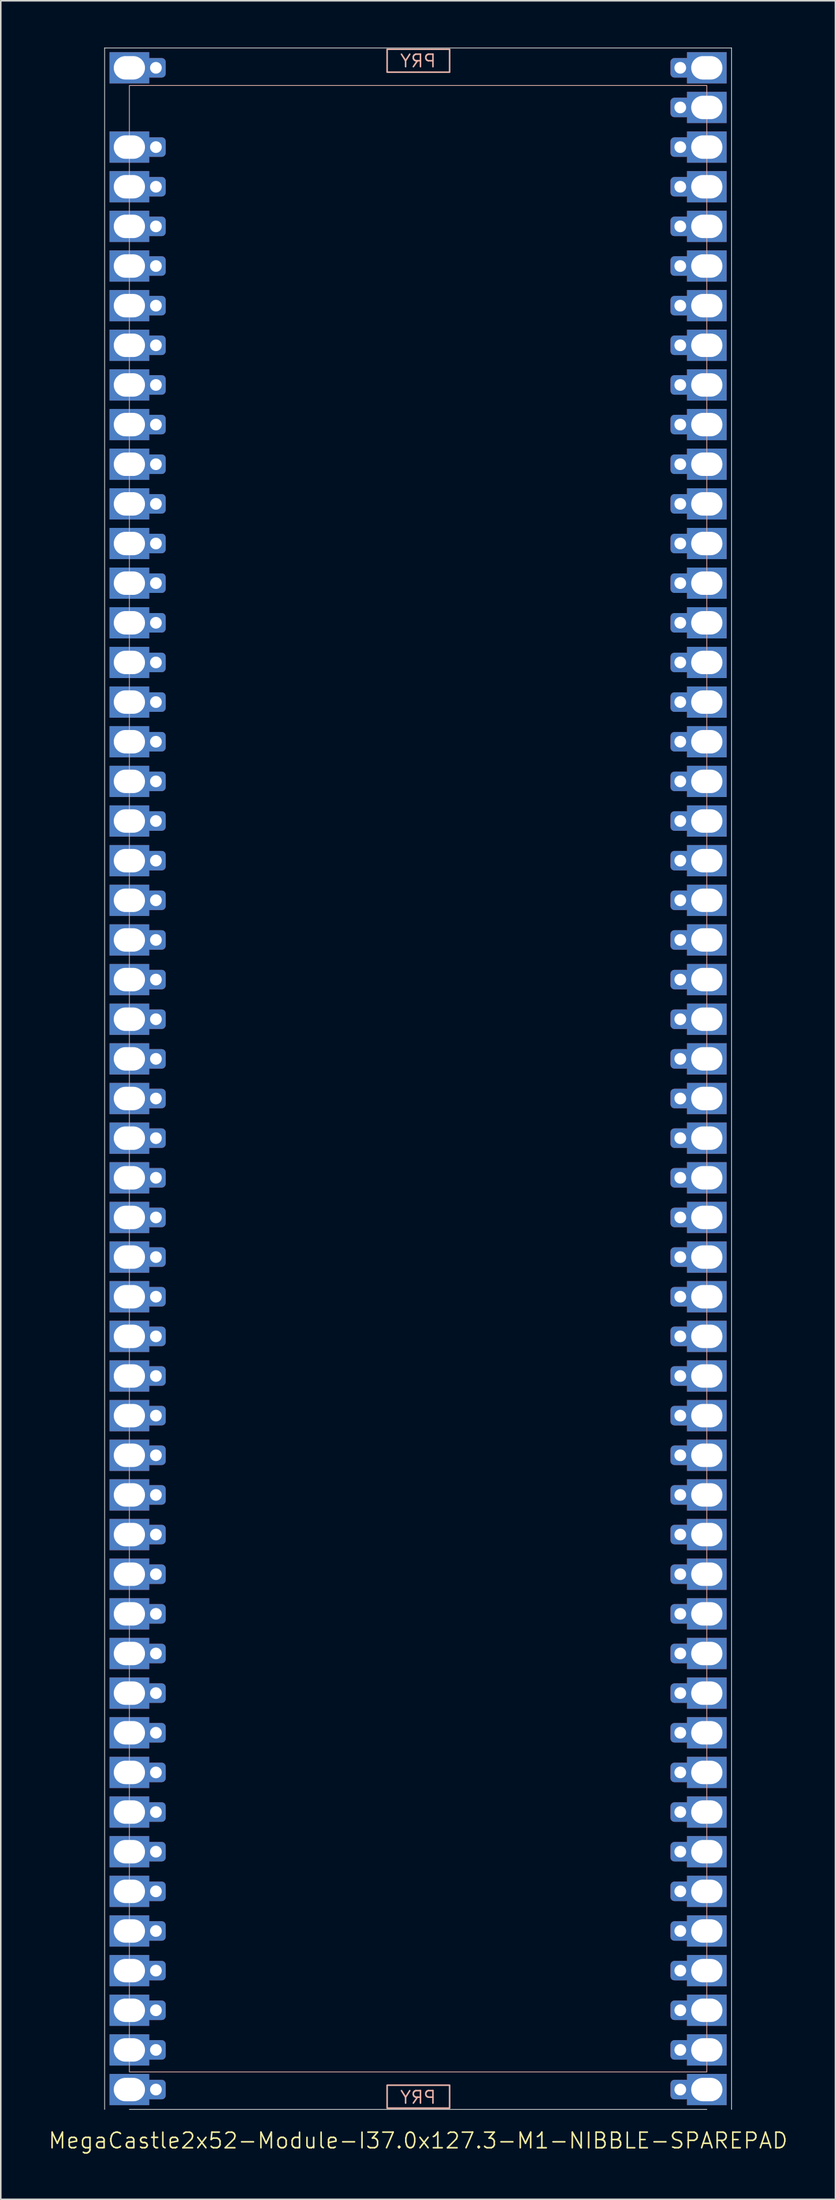
<source format=kicad_pcb>
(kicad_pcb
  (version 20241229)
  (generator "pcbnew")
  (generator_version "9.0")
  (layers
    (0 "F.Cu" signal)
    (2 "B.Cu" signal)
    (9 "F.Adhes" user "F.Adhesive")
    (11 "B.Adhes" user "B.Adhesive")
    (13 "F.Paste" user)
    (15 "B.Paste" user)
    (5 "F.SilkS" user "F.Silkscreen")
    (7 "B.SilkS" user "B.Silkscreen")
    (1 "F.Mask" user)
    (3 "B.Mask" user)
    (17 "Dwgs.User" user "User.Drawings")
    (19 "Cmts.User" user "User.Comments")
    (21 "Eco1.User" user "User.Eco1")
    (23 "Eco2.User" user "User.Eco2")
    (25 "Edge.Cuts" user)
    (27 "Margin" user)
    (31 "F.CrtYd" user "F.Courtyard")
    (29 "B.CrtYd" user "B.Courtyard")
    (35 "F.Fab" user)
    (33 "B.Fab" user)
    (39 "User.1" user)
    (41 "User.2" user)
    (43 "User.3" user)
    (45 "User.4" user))
  (footprint "MegaCastle2x52-Module-I37.0x127.3-M1-NIBBLE-SPAREPAD"
    (layer "F.Cu")
    (at 23.74 66.065)
    (property "Reference" "MegaCastle2x52-Module-I37.0x127.3-M1-NIBBLE-SPAREPAD" (at 0 68.04 0) (unlocked yes) (layer "F.SilkS") (effects (font (size 1 1) (thickness 0.1))))
    (attr smd)
    (fp_rect (start -18.5 63.64) (end 18.5 -63.64) (stroke (width 0.05) (type default)) (fill no) (layer "B.SilkS"))
    (fp_rect (start -1.984 -64.491) (end 2.02 -65.96) (stroke (width 0.1) (type default)) (fill no) (layer "B.SilkS"))
    (fp_rect (start -1.984 64.491) (end 2.02 65.96) (stroke (width 0.1) (type default)) (fill no) (layer "B.SilkS"))
    (fp_line (start -20.087 -66.04) (end -20.087 66.04) (stroke (width 0.05) (type default)) (layer "Edge.Cuts"))
    (fp_line (start -20.087 -66.04) (end 20.087 -66.04) (stroke (width 0.05) (type default)) (layer "Edge.Cuts"))
    (fp_line (start -18.5 66.04) (end 18.5 66.04) (stroke (width 0.05) (type default)) (layer "Edge.Cuts"))
    (fp_line (start 20.087 -66.04) (end 20.087 66.04) (stroke (width 0.05) (type default)) (layer "Edge.Cuts"))
    (fp_text user "PRY" (at 0 65.74 0) (unlocked yes) (layer "B.SilkS") (effects (font (size 0.8 0.8) (thickness 0.1)) (justify bottom mirror)))
    (fp_text user "PRY" (at 0 -64.74 0) (unlocked yes) (layer "B.SilkS") (effects (font (size 0.8 0.8) (thickness 0.1)) (justify bottom mirror)))
    (pad "1" thru_hole rect (at -18.5 -64.77) (size 2.54 2) (drill oval 2 1.5) (property pad_prop_castellated) (layers "*.Cu" "*.Mask"))
    (pad "1" thru_hole roundrect (at -16.8 -64.77 180) (size 1.25 1.25) (drill 0.75) (layers "*.Cu" "*.Mask") (roundrect_rratio 0.2))
    (pad "3" thru_hole rect (at -18.5 -59.69) (size 2.54 2) (drill oval 2 1.5) (property pad_prop_castellated) (layers "*.Cu" "*.Mask"))
    (pad "3" thru_hole roundrect (at -16.8 -59.69 180) (size 1.25 1.25) (drill 0.75) (layers "*.Cu" "*.Mask") (roundrect_rratio 0.2))
    (pad "4" thru_hole rect (at -18.5 -57.15) (size 2.54 2) (drill oval 2 1.5) (property pad_prop_castellated) (layers "*.Cu" "*.Mask"))
    (pad "4" thru_hole roundrect (at -16.8 -57.15 180) (size 1.25 1.25) (drill 0.75) (layers "*.Cu" "*.Mask") (roundrect_rratio 0.2))
    (pad "5" thru_hole rect (at -18.5 -54.61) (size 2.54 2) (drill oval 2 1.5) (property pad_prop_castellated) (layers "*.Cu" "*.Mask"))
    (pad "5" thru_hole roundrect (at -16.8 -54.61 180) (size 1.25 1.25) (drill 0.75) (layers "*.Cu" "*.Mask") (roundrect_rratio 0.2))
    (pad "6" thru_hole rect (at -18.5 -52.07) (size 2.54 2) (drill oval 2 1.5) (property pad_prop_castellated) (layers "*.Cu" "*.Mask"))
    (pad "6" thru_hole roundrect (at -16.8 -52.07 180) (size 1.25 1.25) (drill 0.75) (layers "*.Cu" "*.Mask") (roundrect_rratio 0.2))
    (pad "7" thru_hole rect (at -18.5 -49.53) (size 2.54 2) (drill oval 2 1.5) (property pad_prop_castellated) (layers "*.Cu" "*.Mask"))
    (pad "7" thru_hole roundrect (at -16.8 -49.53 180) (size 1.25 1.25) (drill 0.75) (layers "*.Cu" "*.Mask") (roundrect_rratio 0.2))
    (pad "8" thru_hole rect (at -18.5 -46.99) (size 2.54 2) (drill oval 2 1.5) (property pad_prop_castellated) (layers "*.Cu" "*.Mask"))
    (pad "8" thru_hole roundrect (at -16.8 -46.99 180) (size 1.25 1.25) (drill 0.75) (layers "*.Cu" "*.Mask") (roundrect_rratio 0.2))
    (pad "9" thru_hole rect (at -18.5 -44.45) (size 2.54 2) (drill oval 2 1.5) (property pad_prop_castellated) (layers "*.Cu" "*.Mask"))
    (pad "9" thru_hole roundrect (at -16.8 -44.45 180) (size 1.25 1.25) (drill 0.75) (layers "*.Cu" "*.Mask") (roundrect_rratio 0.2))
    (pad "10" thru_hole rect (at -18.5 -41.91) (size 2.54 2) (drill oval 2 1.5) (property pad_prop_castellated) (layers "*.Cu" "*.Mask"))
    (pad "10" thru_hole roundrect (at -16.8 -41.91 180) (size 1.25 1.25) (drill 0.75) (layers "*.Cu" "*.Mask") (roundrect_rratio 0.2))
    (pad "11" thru_hole rect (at -18.5 -39.37) (size 2.54 2) (drill oval 2 1.5) (property pad_prop_castellated) (layers "*.Cu" "*.Mask"))
    (pad "11" thru_hole roundrect (at -16.8 -39.37 180) (size 1.25 1.25) (drill 0.75) (layers "*.Cu" "*.Mask") (roundrect_rratio 0.2))
    (pad "12" thru_hole rect (at -18.5 -36.83) (size 2.54 2) (drill oval 2 1.5) (property pad_prop_castellated) (layers "*.Cu" "*.Mask"))
    (pad "12" thru_hole roundrect (at -16.8 -36.83 180) (size 1.25 1.25) (drill 0.75) (layers "*.Cu" "*.Mask") (roundrect_rratio 0.2))
    (pad "13" thru_hole rect (at -18.5 -34.29) (size 2.54 2) (drill oval 2 1.5) (property pad_prop_castellated) (layers "*.Cu" "*.Mask"))
    (pad "13" thru_hole roundrect (at -16.8 -34.29 180) (size 1.25 1.25) (drill 0.75) (layers "*.Cu" "*.Mask") (roundrect_rratio 0.2))
    (pad "14" thru_hole rect (at -18.5 -31.75) (size 2.54 2) (drill oval 2 1.5) (property pad_prop_castellated) (layers "*.Cu" "*.Mask"))
    (pad "14" thru_hole roundrect (at -16.8 -31.75 180) (size 1.25 1.25) (drill 0.75) (layers "*.Cu" "*.Mask") (roundrect_rratio 0.2))
    (pad "15" thru_hole rect (at -18.5 -29.21) (size 2.54 2) (drill oval 2 1.5) (property pad_prop_castellated) (layers "*.Cu" "*.Mask"))
    (pad "15" thru_hole roundrect (at -16.8 -29.21 180) (size 1.25 1.25) (drill 0.75) (layers "*.Cu" "*.Mask") (roundrect_rratio 0.2))
    (pad "16" thru_hole rect (at -18.5 -26.67) (size 2.54 2) (drill oval 2 1.5) (property pad_prop_castellated) (layers "*.Cu" "*.Mask"))
    (pad "16" thru_hole roundrect (at -16.8 -26.67 180) (size 1.25 1.25) (drill 0.75) (layers "*.Cu" "*.Mask") (roundrect_rratio 0.2))
    (pad "17" thru_hole rect (at -18.5 -24.13) (size 2.54 2) (drill oval 2 1.5) (property pad_prop_castellated) (layers "*.Cu" "*.Mask"))
    (pad "17" thru_hole roundrect (at -16.8 -24.13 180) (size 1.25 1.25) (drill 0.75) (layers "*.Cu" "*.Mask") (roundrect_rratio 0.2))
    (pad "18" thru_hole rect (at -18.5 -21.59) (size 2.54 2) (drill oval 2 1.5) (property pad_prop_castellated) (layers "*.Cu" "*.Mask"))
    (pad "18" thru_hole roundrect (at -16.8 -21.59 180) (size 1.25 1.25) (drill 0.75) (layers "*.Cu" "*.Mask") (roundrect_rratio 0.2))
    (pad "19" thru_hole rect (at -18.5 -19.05) (size 2.54 2) (drill oval 2 1.5) (property pad_prop_castellated) (layers "*.Cu" "*.Mask"))
    (pad "19" thru_hole roundrect (at -16.8 -19.05 180) (size 1.25 1.25) (drill 0.75) (layers "*.Cu" "*.Mask") (roundrect_rratio 0.2))
    (pad "20" thru_hole rect (at -18.5 -16.51) (size 2.54 2) (drill oval 2 1.5) (property pad_prop_castellated) (layers "*.Cu" "*.Mask"))
    (pad "20" thru_hole roundrect (at -16.8 -16.51 180) (size 1.25 1.25) (drill 0.75) (layers "*.Cu" "*.Mask") (roundrect_rratio 0.2))
    (pad "21" thru_hole rect (at -18.5 -13.97) (size 2.54 2) (drill oval 2 1.5) (property pad_prop_castellated) (layers "*.Cu" "*.Mask"))
    (pad "21" thru_hole roundrect (at -16.8 -13.97 180) (size 1.25 1.25) (drill 0.75) (layers "*.Cu" "*.Mask") (roundrect_rratio 0.2))
    (pad "22" thru_hole rect (at -18.5 -11.43) (size 2.54 2) (drill oval 2 1.5) (property pad_prop_castellated) (layers "*.Cu" "*.Mask"))
    (pad "22" thru_hole roundrect (at -16.8 -11.43 180) (size 1.25 1.25) (drill 0.75) (layers "*.Cu" "*.Mask") (roundrect_rratio 0.2))
    (pad "23" thru_hole rect (at -18.5 -8.89) (size 2.54 2) (drill oval 2 1.5) (property pad_prop_castellated) (layers "*.Cu" "*.Mask"))
    (pad "23" thru_hole roundrect (at -16.8 -8.89 180) (size 1.25 1.25) (drill 0.75) (layers "*.Cu" "*.Mask") (roundrect_rratio 0.2))
    (pad "24" thru_hole rect (at -18.5 -6.35) (size 2.54 2) (drill oval 2 1.5) (property pad_prop_castellated) (layers "*.Cu" "*.Mask"))
    (pad "24" thru_hole roundrect (at -16.8 -6.35 180) (size 1.25 1.25) (drill 0.75) (layers "*.Cu" "*.Mask") (roundrect_rratio 0.2))
    (pad "25" thru_hole rect (at -18.5 -3.81) (size 2.54 2) (drill oval 2 1.5) (property pad_prop_castellated) (layers "*.Cu" "*.Mask"))
    (pad "25" thru_hole roundrect (at -16.8 -3.81 180) (size 1.25 1.25) (drill 0.75) (layers "*.Cu" "*.Mask") (roundrect_rratio 0.2))
    (pad "26" thru_hole rect (at -18.5 -1.27) (size 2.54 2) (drill oval 2 1.5) (property pad_prop_castellated) (layers "*.Cu" "*.Mask"))
    (pad "26" thru_hole roundrect (at -16.8 -1.27 180) (size 1.25 1.25) (drill 0.75) (layers "*.Cu" "*.Mask") (roundrect_rratio 0.2))
    (pad "27" thru_hole rect (at -18.5 1.27) (size 2.54 2) (drill oval 2 1.5) (property pad_prop_castellated) (layers "*.Cu" "*.Mask"))
    (pad "27" thru_hole roundrect (at -16.8 1.27 180) (size 1.25 1.25) (drill 0.75) (layers "*.Cu" "*.Mask") (roundrect_rratio 0.2))
    (pad "28" thru_hole rect (at -18.5 3.81) (size 2.54 2) (drill oval 2 1.5) (property pad_prop_castellated) (layers "*.Cu" "*.Mask"))
    (pad "28" thru_hole roundrect (at -16.8 3.81 180) (size 1.25 1.25) (drill 0.75) (layers "*.Cu" "*.Mask") (roundrect_rratio 0.2))
    (pad "29" thru_hole rect (at -18.5 6.35) (size 2.54 2) (drill oval 2 1.5) (property pad_prop_castellated) (layers "*.Cu" "*.Mask"))
    (pad "29" thru_hole roundrect (at -16.8 6.35 180) (size 1.25 1.25) (drill 0.75) (layers "*.Cu" "*.Mask") (roundrect_rratio 0.2))
    (pad "30" thru_hole rect (at -18.5 8.89) (size 2.54 2) (drill oval 2 1.5) (property pad_prop_castellated) (layers "*.Cu" "*.Mask"))
    (pad "30" thru_hole roundrect (at -16.8 8.89 180) (size 1.25 1.25) (drill 0.75) (layers "*.Cu" "*.Mask") (roundrect_rratio 0.2))
    (pad "31" thru_hole rect (at -18.5 11.43) (size 2.54 2) (drill oval 2 1.5) (property pad_prop_castellated) (layers "*.Cu" "*.Mask"))
    (pad "31" thru_hole roundrect (at -16.8 11.43 180) (size 1.25 1.25) (drill 0.75) (layers "*.Cu" "*.Mask") (roundrect_rratio 0.2))
    (pad "32" thru_hole rect (at -18.5 13.97) (size 2.54 2) (drill oval 2 1.5) (property pad_prop_castellated) (layers "*.Cu" "*.Mask"))
    (pad "32" thru_hole roundrect (at -16.8 13.97 180) (size 1.25 1.25) (drill 0.75) (layers "*.Cu" "*.Mask") (roundrect_rratio 0.2))
    (pad "33" thru_hole rect (at -18.5 16.51) (size 2.54 2) (drill oval 2 1.5) (property pad_prop_castellated) (layers "*.Cu" "*.Mask"))
    (pad "33" thru_hole roundrect (at -16.8 16.51 180) (size 1.25 1.25) (drill 0.75) (layers "*.Cu" "*.Mask") (roundrect_rratio 0.2))
    (pad "34" thru_hole rect (at -18.5 19.05) (size 2.54 2) (drill oval 2 1.5) (property pad_prop_castellated) (layers "*.Cu" "*.Mask"))
    (pad "34" thru_hole roundrect (at -16.8 19.05 180) (size 1.25 1.25) (drill 0.75) (layers "*.Cu" "*.Mask") (roundrect_rratio 0.2))
    (pad "35" thru_hole rect (at -18.5 21.59) (size 2.54 2) (drill oval 2 1.5) (property pad_prop_castellated) (layers "*.Cu" "*.Mask"))
    (pad "35" thru_hole roundrect (at -16.8 21.59 180) (size 1.25 1.25) (drill 0.75) (layers "*.Cu" "*.Mask") (roundrect_rratio 0.2))
    (pad "36" thru_hole rect (at -18.5 24.13) (size 2.54 2) (drill oval 2 1.5) (property pad_prop_castellated) (layers "*.Cu" "*.Mask"))
    (pad "36" thru_hole roundrect (at -16.8 24.13 180) (size 1.25 1.25) (drill 0.75) (layers "*.Cu" "*.Mask") (roundrect_rratio 0.2))
    (pad "37" thru_hole rect (at -18.5 26.67) (size 2.54 2) (drill oval 2 1.5) (property pad_prop_castellated) (layers "*.Cu" "*.Mask"))
    (pad "37" thru_hole roundrect (at -16.8 26.67 180) (size 1.25 1.25) (drill 0.75) (layers "*.Cu" "*.Mask") (roundrect_rratio 0.2))
    (pad "38" thru_hole rect (at -18.5 29.21) (size 2.54 2) (drill oval 2 1.5) (property pad_prop_castellated) (layers "*.Cu" "*.Mask"))
    (pad "38" thru_hole roundrect (at -16.8 29.21 180) (size 1.25 1.25) (drill 0.75) (layers "*.Cu" "*.Mask") (roundrect_rratio 0.2))
    (pad "39" thru_hole rect (at -18.5 31.75) (size 2.54 2) (drill oval 2 1.5) (property pad_prop_castellated) (layers "*.Cu" "*.Mask"))
    (pad "39" thru_hole roundrect (at -16.8 31.75 180) (size 1.25 1.25) (drill 0.75) (layers "*.Cu" "*.Mask") (roundrect_rratio 0.2))
    (pad "40" thru_hole rect (at -18.5 34.29) (size 2.54 2) (drill oval 2 1.5) (property pad_prop_castellated) (layers "*.Cu" "*.Mask"))
    (pad "40" thru_hole roundrect (at -16.8 34.29 180) (size 1.25 1.25) (drill 0.75) (layers "*.Cu" "*.Mask") (roundrect_rratio 0.2))
    (pad "41" thru_hole rect (at -18.5 36.83) (size 2.54 2) (drill oval 2 1.5) (property pad_prop_castellated) (layers "*.Cu" "*.Mask"))
    (pad "41" thru_hole roundrect (at -16.8 36.83 180) (size 1.25 1.25) (drill 0.75) (layers "*.Cu" "*.Mask") (roundrect_rratio 0.2))
    (pad "42" thru_hole rect (at -18.5 39.37) (size 2.54 2) (drill oval 2 1.5) (property pad_prop_castellated) (layers "*.Cu" "*.Mask"))
    (pad "42" thru_hole roundrect (at -16.8 39.37 180) (size 1.25 1.25) (drill 0.75) (layers "*.Cu" "*.Mask") (roundrect_rratio 0.2))
    (pad "43" thru_hole rect (at -18.5 41.91) (size 2.54 2) (drill oval 2 1.5) (property pad_prop_castellated) (layers "*.Cu" "*.Mask"))
    (pad "43" thru_hole roundrect (at -16.8 41.91 180) (size 1.25 1.25) (drill 0.75) (layers "*.Cu" "*.Mask") (roundrect_rratio 0.2))
    (pad "44" thru_hole rect (at -18.5 44.45) (size 2.54 2) (drill oval 2 1.5) (property pad_prop_castellated) (layers "*.Cu" "*.Mask"))
    (pad "44" thru_hole roundrect (at -16.8 44.45 180) (size 1.25 1.25) (drill 0.75) (layers "*.Cu" "*.Mask") (roundrect_rratio 0.2))
    (pad "45" thru_hole rect (at -18.5 46.99) (size 2.54 2) (drill oval 2 1.5) (property pad_prop_castellated) (layers "*.Cu" "*.Mask"))
    (pad "45" thru_hole roundrect (at -16.8 46.99 180) (size 1.25 1.25) (drill 0.75) (layers "*.Cu" "*.Mask") (roundrect_rratio 0.2))
    (pad "46" thru_hole rect (at -18.5 49.53) (size 2.54 2) (drill oval 2 1.5) (property pad_prop_castellated) (layers "*.Cu" "*.Mask"))
    (pad "46" thru_hole roundrect (at -16.8 49.53 180) (size 1.25 1.25) (drill 0.75) (layers "*.Cu" "*.Mask") (roundrect_rratio 0.2))
    (pad "47" thru_hole rect (at -18.5 52.07) (size 2.54 2) (drill oval 2 1.5) (property pad_prop_castellated) (layers "*.Cu" "*.Mask"))
    (pad "47" thru_hole roundrect (at -16.8 52.07 180) (size 1.25 1.25) (drill 0.75) (layers "*.Cu" "*.Mask") (roundrect_rratio 0.2))
    (pad "48" thru_hole rect (at -18.5 54.61) (size 2.54 2) (drill oval 2 1.5) (property pad_prop_castellated) (layers "*.Cu" "*.Mask"))
    (pad "48" thru_hole roundrect (at -16.8 54.61 180) (size 1.25 1.25) (drill 0.75) (layers "*.Cu" "*.Mask") (roundrect_rratio 0.2))
    (pad "49" thru_hole rect (at -18.5 57.15) (size 2.54 2) (drill oval 2 1.5) (property pad_prop_castellated) (layers "*.Cu" "*.Mask"))
    (pad "49" thru_hole roundrect (at -16.8 57.15 180) (size 1.25 1.25) (drill 0.75) (layers "*.Cu" "*.Mask") (roundrect_rratio 0.2))
    (pad "50" thru_hole rect (at -18.5 59.69) (size 2.54 2) (drill oval 2 1.5) (property pad_prop_castellated) (layers "*.Cu" "*.Mask"))
    (pad "50" thru_hole roundrect (at -16.8 59.69 180) (size 1.25 1.25) (drill 0.75) (layers "*.Cu" "*.Mask") (roundrect_rratio 0.2))
    (pad "51" thru_hole rect (at -18.5 62.23) (size 2.54 2) (drill oval 2 1.5) (property pad_prop_castellated) (layers "*.Cu" "*.Mask"))
    (pad "51" thru_hole roundrect (at -16.8 62.23 180) (size 1.25 1.25) (drill 0.75) (layers "*.Cu" "*.Mask") (roundrect_rratio 0.2))
    (pad "52" thru_hole rect (at -18.5 64.77) (size 2.54 2) (drill oval 2 1.5) (property pad_prop_castellated) (layers "*.Cu" "*.Mask"))
    (pad "52" thru_hole roundrect (at -16.8 64.77 180) (size 1.25 1.25) (drill 0.75) (layers "*.Cu" "*.Mask") (roundrect_rratio 0.2))
    (pad "53" thru_hole roundrect (at 16.8 -64.77 180) (size 1.25 1.25) (drill 0.75) (layers "*.Cu" "*.Mask") (roundrect_rratio 0.2))
    (pad "53" thru_hole rect (at 18.5 -64.77) (size 2.54 2) (drill oval 2 1.5) (property pad_prop_castellated) (layers "*.Cu" "*.Mask"))
    (pad "54" thru_hole roundrect (at 16.8 -62.23 180) (size 1.25 1.25) (drill 0.75) (layers "*.Cu" "*.Mask") (roundrect_rratio 0.2))
    (pad "54" thru_hole rect (at 18.5 -62.23) (size 2.54 2) (drill oval 2 1.5) (property pad_prop_castellated) (layers "*.Cu" "*.Mask"))
    (pad "55" thru_hole roundrect (at 16.8 -59.69 180) (size 1.25 1.25) (drill 0.75) (layers "*.Cu" "*.Mask") (roundrect_rratio 0.2))
    (pad "55" thru_hole rect (at 18.5 -59.69) (size 2.54 2) (drill oval 2 1.5) (property pad_prop_castellated) (layers "*.Cu" "*.Mask"))
    (pad "56" thru_hole roundrect (at 16.8 -57.15 180) (size 1.25 1.25) (drill 0.75) (layers "*.Cu" "*.Mask") (roundrect_rratio 0.2))
    (pad "56" thru_hole rect (at 18.5 -57.15) (size 2.54 2) (drill oval 2 1.5) (property pad_prop_castellated) (layers "*.Cu" "*.Mask"))
    (pad "57" thru_hole roundrect (at 16.8 -54.61 180) (size 1.25 1.25) (drill 0.75) (layers "*.Cu" "*.Mask") (roundrect_rratio 0.2))
    (pad "57" thru_hole rect (at 18.5 -54.61) (size 2.54 2) (drill oval 2 1.5) (property pad_prop_castellated) (layers "*.Cu" "*.Mask"))
    (pad "58" thru_hole roundrect (at 16.8 -52.07 180) (size 1.25 1.25) (drill 0.75) (layers "*.Cu" "*.Mask") (roundrect_rratio 0.2))
    (pad "58" thru_hole rect (at 18.5 -52.07) (size 2.54 2) (drill oval 2 1.5) (property pad_prop_castellated) (layers "*.Cu" "*.Mask"))
    (pad "59" thru_hole roundrect (at 16.8 -49.53 180) (size 1.25 1.25) (drill 0.75) (layers "*.Cu" "*.Mask") (roundrect_rratio 0.2))
    (pad "59" thru_hole rect (at 18.5 -49.53) (size 2.54 2) (drill oval 2 1.5) (property pad_prop_castellated) (layers "*.Cu" "*.Mask"))
    (pad "60" thru_hole roundrect (at 16.8 -46.99 180) (size 1.25 1.25) (drill 0.75) (layers "*.Cu" "*.Mask") (roundrect_rratio 0.2))
    (pad "60" thru_hole rect (at 18.5 -46.99) (size 2.54 2) (drill oval 2 1.5) (property pad_prop_castellated) (layers "*.Cu" "*.Mask"))
    (pad "61" thru_hole roundrect (at 16.8 -44.45 180) (size 1.25 1.25) (drill 0.75) (layers "*.Cu" "*.Mask") (roundrect_rratio 0.2))
    (pad "61" thru_hole rect (at 18.5 -44.45) (size 2.54 2) (drill oval 2 1.5) (property pad_prop_castellated) (layers "*.Cu" "*.Mask"))
    (pad "62" thru_hole roundrect (at 16.8 -41.91 180) (size 1.25 1.25) (drill 0.75) (layers "*.Cu" "*.Mask") (roundrect_rratio 0.2))
    (pad "62" thru_hole rect (at 18.5 -41.91) (size 2.54 2) (drill oval 2 1.5) (property pad_prop_castellated) (layers "*.Cu" "*.Mask"))
    (pad "63" thru_hole roundrect (at 16.8 -39.37 180) (size 1.25 1.25) (drill 0.75) (layers "*.Cu" "*.Mask") (roundrect_rratio 0.2))
    (pad "63" thru_hole rect (at 18.5 -39.37) (size 2.54 2) (drill oval 2 1.5) (property pad_prop_castellated) (layers "*.Cu" "*.Mask"))
    (pad "64" thru_hole roundrect (at 16.8 -36.83 180) (size 1.25 1.25) (drill 0.75) (layers "*.Cu" "*.Mask") (roundrect_rratio 0.2))
    (pad "64" thru_hole rect (at 18.5 -36.83) (size 2.54 2) (drill oval 2 1.5) (property pad_prop_castellated) (layers "*.Cu" "*.Mask"))
    (pad "65" thru_hole roundrect (at 16.8 -34.29 180) (size 1.25 1.25) (drill 0.75) (layers "*.Cu" "*.Mask") (roundrect_rratio 0.2))
    (pad "65" thru_hole rect (at 18.5 -34.29) (size 2.54 2) (drill oval 2 1.5) (property pad_prop_castellated) (layers "*.Cu" "*.Mask"))
    (pad "66" thru_hole roundrect (at 16.8 -31.75 180) (size 1.25 1.25) (drill 0.75) (layers "*.Cu" "*.Mask") (roundrect_rratio 0.2))
    (pad "66" thru_hole rect (at 18.5 -31.75) (size 2.54 2) (drill oval 2 1.5) (property pad_prop_castellated) (layers "*.Cu" "*.Mask"))
    (pad "67" thru_hole roundrect (at 16.8 -29.21 180) (size 1.25 1.25) (drill 0.75) (layers "*.Cu" "*.Mask") (roundrect_rratio 0.2))
    (pad "67" thru_hole rect (at 18.5 -29.21) (size 2.54 2) (drill oval 2 1.5) (property pad_prop_castellated) (layers "*.Cu" "*.Mask"))
    (pad "68" thru_hole roundrect (at 16.8 -26.67 180) (size 1.25 1.25) (drill 0.75) (layers "*.Cu" "*.Mask") (roundrect_rratio 0.2))
    (pad "68" thru_hole rect (at 18.5 -26.67) (size 2.54 2) (drill oval 2 1.5) (property pad_prop_castellated) (layers "*.Cu" "*.Mask"))
    (pad "69" thru_hole roundrect (at 16.8 -24.13 180) (size 1.25 1.25) (drill 0.75) (layers "*.Cu" "*.Mask") (roundrect_rratio 0.2))
    (pad "69" thru_hole rect (at 18.5 -24.13) (size 2.54 2) (drill oval 2 1.5) (property pad_prop_castellated) (layers "*.Cu" "*.Mask"))
    (pad "70" thru_hole roundrect (at 16.8 -21.59 180) (size 1.25 1.25) (drill 0.75) (layers "*.Cu" "*.Mask") (roundrect_rratio 0.2))
    (pad "70" thru_hole rect (at 18.5 -21.59) (size 2.54 2) (drill oval 2 1.5) (property pad_prop_castellated) (layers "*.Cu" "*.Mask"))
    (pad "71" thru_hole roundrect (at 16.8 -19.05 180) (size 1.25 1.25) (drill 0.75) (layers "*.Cu" "*.Mask") (roundrect_rratio 0.2))
    (pad "71" thru_hole rect (at 18.5 -19.05) (size 2.54 2) (drill oval 2 1.5) (property pad_prop_castellated) (layers "*.Cu" "*.Mask"))
    (pad "72" thru_hole roundrect (at 16.8 -16.51 180) (size 1.25 1.25) (drill 0.75) (layers "*.Cu" "*.Mask") (roundrect_rratio 0.2))
    (pad "72" thru_hole rect (at 18.5 -16.51) (size 2.54 2) (drill oval 2 1.5) (property pad_prop_castellated) (layers "*.Cu" "*.Mask"))
    (pad "73" thru_hole roundrect (at 16.8 -13.97 180) (size 1.25 1.25) (drill 0.75) (layers "*.Cu" "*.Mask") (roundrect_rratio 0.2))
    (pad "73" thru_hole rect (at 18.5 -13.97) (size 2.54 2) (drill oval 2 1.5) (property pad_prop_castellated) (layers "*.Cu" "*.Mask"))
    (pad "74" thru_hole roundrect (at 16.8 -11.43 180) (size 1.25 1.25) (drill 0.75) (layers "*.Cu" "*.Mask") (roundrect_rratio 0.2))
    (pad "74" thru_hole rect (at 18.5 -11.43) (size 2.54 2) (drill oval 2 1.5) (property pad_prop_castellated) (layers "*.Cu" "*.Mask"))
    (pad "75" thru_hole roundrect (at 16.8 -8.89 180) (size 1.25 1.25) (drill 0.75) (layers "*.Cu" "*.Mask") (roundrect_rratio 0.2))
    (pad "75" thru_hole rect (at 18.5 -8.89) (size 2.54 2) (drill oval 2 1.5) (property pad_prop_castellated) (layers "*.Cu" "*.Mask"))
    (pad "76" thru_hole roundrect (at 16.8 -6.35 180) (size 1.25 1.25) (drill 0.75) (layers "*.Cu" "*.Mask") (roundrect_rratio 0.2))
    (pad "76" thru_hole rect (at 18.5 -6.35) (size 2.54 2) (drill oval 2 1.5) (property pad_prop_castellated) (layers "*.Cu" "*.Mask"))
    (pad "77" thru_hole roundrect (at 16.8 -3.81 180) (size 1.25 1.25) (drill 0.75) (layers "*.Cu" "*.Mask") (roundrect_rratio 0.2))
    (pad "77" thru_hole rect (at 18.5 -3.81) (size 2.54 2) (drill oval 2 1.5) (property pad_prop_castellated) (layers "*.Cu" "*.Mask"))
    (pad "78" thru_hole roundrect (at 16.8 -1.27 180) (size 1.25 1.25) (drill 0.75) (layers "*.Cu" "*.Mask") (roundrect_rratio 0.2))
    (pad "78" thru_hole rect (at 18.5 -1.27) (size 2.54 2) (drill oval 2 1.5) (property pad_prop_castellated) (layers "*.Cu" "*.Mask"))
    (pad "79" thru_hole roundrect (at 16.8 1.27 180) (size 1.25 1.25) (drill 0.75) (layers "*.Cu" "*.Mask") (roundrect_rratio 0.2))
    (pad "79" thru_hole rect (at 18.5 1.27) (size 2.54 2) (drill oval 2 1.5) (property pad_prop_castellated) (layers "*.Cu" "*.Mask"))
    (pad "80" thru_hole roundrect (at 16.8 3.81 180) (size 1.25 1.25) (drill 0.75) (layers "*.Cu" "*.Mask") (roundrect_rratio 0.2))
    (pad "80" thru_hole rect (at 18.5 3.81) (size 2.54 2) (drill oval 2 1.5) (property pad_prop_castellated) (layers "*.Cu" "*.Mask"))
    (pad "81" thru_hole roundrect (at 16.8 6.35 180) (size 1.25 1.25) (drill 0.75) (layers "*.Cu" "*.Mask") (roundrect_rratio 0.2))
    (pad "81" thru_hole rect (at 18.5 6.35) (size 2.54 2) (drill oval 2 1.5) (property pad_prop_castellated) (layers "*.Cu" "*.Mask"))
    (pad "82" thru_hole roundrect (at 16.8 8.89 180) (size 1.25 1.25) (drill 0.75) (layers "*.Cu" "*.Mask") (roundrect_rratio 0.2))
    (pad "82" thru_hole rect (at 18.5 8.89) (size 2.54 2) (drill oval 2 1.5) (property pad_prop_castellated) (layers "*.Cu" "*.Mask"))
    (pad "83" thru_hole roundrect (at 16.8 11.43 180) (size 1.25 1.25) (drill 0.75) (layers "*.Cu" "*.Mask") (roundrect_rratio 0.2))
    (pad "83" thru_hole rect (at 18.5 11.43) (size 2.54 2) (drill oval 2 1.5) (property pad_prop_castellated) (layers "*.Cu" "*.Mask"))
    (pad "84" thru_hole roundrect (at 16.8 13.97 180) (size 1.25 1.25) (drill 0.75) (layers "*.Cu" "*.Mask") (roundrect_rratio 0.2))
    (pad "84" thru_hole rect (at 18.5 13.97) (size 2.54 2) (drill oval 2 1.5) (property pad_prop_castellated) (layers "*.Cu" "*.Mask"))
    (pad "85" thru_hole roundrect (at 16.8 16.51 180) (size 1.25 1.25) (drill 0.75) (layers "*.Cu" "*.Mask") (roundrect_rratio 0.2))
    (pad "85" thru_hole rect (at 18.5 16.51) (size 2.54 2) (drill oval 2 1.5) (property pad_prop_castellated) (layers "*.Cu" "*.Mask"))
    (pad "86" thru_hole roundrect (at 16.8 19.05 180) (size 1.25 1.25) (drill 0.75) (layers "*.Cu" "*.Mask") (roundrect_rratio 0.2))
    (pad "86" thru_hole rect (at 18.5 19.05) (size 2.54 2) (drill oval 2 1.5) (property pad_prop_castellated) (layers "*.Cu" "*.Mask"))
    (pad "87" thru_hole roundrect (at 16.8 21.59 180) (size 1.25 1.25) (drill 0.75) (layers "*.Cu" "*.Mask") (roundrect_rratio 0.2))
    (pad "87" thru_hole rect (at 18.5 21.59) (size 2.54 2) (drill oval 2 1.5) (property pad_prop_castellated) (layers "*.Cu" "*.Mask"))
    (pad "88" thru_hole roundrect (at 16.8 24.13 180) (size 1.25 1.25) (drill 0.75) (layers "*.Cu" "*.Mask") (roundrect_rratio 0.2))
    (pad "88" thru_hole rect (at 18.5 24.13) (size 2.54 2) (drill oval 2 1.5) (property pad_prop_castellated) (layers "*.Cu" "*.Mask"))
    (pad "89" thru_hole roundrect (at 16.8 26.67 180) (size 1.25 1.25) (drill 0.75) (layers "*.Cu" "*.Mask") (roundrect_rratio 0.2))
    (pad "89" thru_hole rect (at 18.5 26.67) (size 2.54 2) (drill oval 2 1.5) (property pad_prop_castellated) (layers "*.Cu" "*.Mask"))
    (pad "90" thru_hole roundrect (at 16.8 29.21 180) (size 1.25 1.25) (drill 0.75) (layers "*.Cu" "*.Mask") (roundrect_rratio 0.2))
    (pad "90" thru_hole rect (at 18.5 29.21) (size 2.54 2) (drill oval 2 1.5) (property pad_prop_castellated) (layers "*.Cu" "*.Mask"))
    (pad "91" thru_hole roundrect (at 16.8 31.75 180) (size 1.25 1.25) (drill 0.75) (layers "*.Cu" "*.Mask") (roundrect_rratio 0.2))
    (pad "91" thru_hole rect (at 18.5 31.75) (size 2.54 2) (drill oval 2 1.5) (property pad_prop_castellated) (layers "*.Cu" "*.Mask"))
    (pad "92" thru_hole roundrect (at 16.8 34.29 180) (size 1.25 1.25) (drill 0.75) (layers "*.Cu" "*.Mask") (roundrect_rratio 0.2))
    (pad "92" thru_hole rect (at 18.5 34.29) (size 2.54 2) (drill oval 2 1.5) (property pad_prop_castellated) (layers "*.Cu" "*.Mask"))
    (pad "93" thru_hole roundrect (at 16.8 36.83 180) (size 1.25 1.25) (drill 0.75) (layers "*.Cu" "*.Mask") (roundrect_rratio 0.2))
    (pad "93" thru_hole rect (at 18.5 36.83) (size 2.54 2) (drill oval 2 1.5) (property pad_prop_castellated) (layers "*.Cu" "*.Mask"))
    (pad "94" thru_hole roundrect (at 16.8 39.37 180) (size 1.25 1.25) (drill 0.75) (layers "*.Cu" "*.Mask") (roundrect_rratio 0.2))
    (pad "94" thru_hole rect (at 18.5 39.37) (size 2.54 2) (drill oval 2 1.5) (property pad_prop_castellated) (layers "*.Cu" "*.Mask"))
    (pad "95" thru_hole roundrect (at 16.8 41.91 180) (size 1.25 1.25) (drill 0.75) (layers "*.Cu" "*.Mask") (roundrect_rratio 0.2))
    (pad "95" thru_hole rect (at 18.5 41.91) (size 2.54 2) (drill oval 2 1.5) (property pad_prop_castellated) (layers "*.Cu" "*.Mask"))
    (pad "96" thru_hole roundrect (at 16.8 44.45 180) (size 1.25 1.25) (drill 0.75) (layers "*.Cu" "*.Mask") (roundrect_rratio 0.2))
    (pad "96" thru_hole rect (at 18.5 44.45) (size 2.54 2) (drill oval 2 1.5) (property pad_prop_castellated) (layers "*.Cu" "*.Mask"))
    (pad "97" thru_hole roundrect (at 16.8 46.99 180) (size 1.25 1.25) (drill 0.75) (layers "*.Cu" "*.Mask") (roundrect_rratio 0.2))
    (pad "97" thru_hole rect (at 18.5 46.99) (size 2.54 2) (drill oval 2 1.5) (property pad_prop_castellated) (layers "*.Cu" "*.Mask"))
    (pad "98" thru_hole roundrect (at 16.8 49.53 180) (size 1.25 1.25) (drill 0.75) (layers "*.Cu" "*.Mask") (roundrect_rratio 0.2))
    (pad "98" thru_hole rect (at 18.5 49.53) (size 2.54 2) (drill oval 2 1.5) (property pad_prop_castellated) (layers "*.Cu" "*.Mask"))
    (pad "99" thru_hole roundrect (at 16.8 52.07 180) (size 1.25 1.25) (drill 0.75) (layers "*.Cu" "*.Mask") (roundrect_rratio 0.2))
    (pad "99" thru_hole rect (at 18.5 52.07) (size 2.54 2) (drill oval 2 1.5) (property pad_prop_castellated) (layers "*.Cu" "*.Mask"))
    (pad "100" thru_hole roundrect (at 16.8 54.61 180) (size 1.25 1.25) (drill 0.75) (layers "*.Cu" "*.Mask") (roundrect_rratio 0.2))
    (pad "100" thru_hole rect (at 18.5 54.61) (size 2.54 2) (drill oval 2 1.5) (property pad_prop_castellated) (layers "*.Cu" "*.Mask"))
    (pad "101" thru_hole roundrect (at 16.8 57.15 180) (size 1.25 1.25) (drill 0.75) (layers "*.Cu" "*.Mask") (roundrect_rratio 0.2))
    (pad "101" thru_hole rect (at 18.5 57.15) (size 2.54 2) (drill oval 2 1.5) (property pad_prop_castellated) (layers "*.Cu" "*.Mask"))
    (pad "102" thru_hole roundrect (at 16.8 59.69 180) (size 1.25 1.25) (drill 0.75) (layers "*.Cu" "*.Mask") (roundrect_rratio 0.2))
    (pad "102" thru_hole rect (at 18.5 59.69) (size 2.54 2) (drill oval 2 1.5) (property pad_prop_castellated) (layers "*.Cu" "*.Mask"))
    (pad "103" thru_hole roundrect (at 16.8 62.23 180) (size 1.25 1.25) (drill 0.75) (layers "*.Cu" "*.Mask") (roundrect_rratio 0.2))
    (pad "103" thru_hole rect (at 18.5 62.23) (size 2.54 2) (drill oval 2 1.5) (property pad_prop_castellated) (layers "*.Cu" "*.Mask"))
    (pad "104" thru_hole roundrect (at 16.8 64.77 180) (size 1.25 1.25) (drill 0.75) (layers "*.Cu" "*.Mask") (roundrect_rratio 0.2))
    (pad "104" thru_hole rect (at 18.5 64.77) (size 2.54 2) (drill oval 2 1.5) (property pad_prop_castellated) (layers "*.Cu" "*.Mask"))
    (zone (net_name "") (layer "B.Cu") (hatch edge 0.5) (connect_pads) (min_thickness 0.25) (filled_areas_thickness no) (keepout (tracks allowed) (vias allowed) (pads allowed) (copperpour allowed) (footprints not_allowed)) (placement (enabled no)) (fill) (polygon (pts (xy 5.24 132.105) (xy 5.24 0.025))))
    (zone (net_name "") (layer "B.Cu") (hatch edge 0.5) (connect_pads) (min_thickness 0.25) (filled_areas_thickness no) (keepout (tracks allowed) (vias allowed) (pads allowed) (copperpour allowed) (footprints not_allowed)) (placement (enabled no)) (fill) (polygon (pts (xy 42.24 132.105) (xy 42.24 0.025))))
    (zone (net_name "") (layer "B.Cu") (hatch edge 0.5) (connect_pads) (min_thickness 0.25) (filled_areas_thickness no) (keepout (tracks allowed) (vias allowed) (pads allowed) (copperpour allowed) (footprints not_allowed)) (placement (enabled no)) (fill) (polygon (pts (xy 5.24 0.025) (xy 5.24 2.425) (xy 42.24 2.425) (xy 42.24 0.025))))
    (zone (net_name "") (layer "B.Cu") (hatch edge 0.5) (connect_pads) (min_thickness 0.25) (filled_areas_thickness no) (keepout (tracks allowed) (vias allowed) (pads allowed) (copperpour allowed) (footprints not_allowed)) (placement (enabled no)) (fill) (polygon (pts (xy 5.24 132.105) (xy 5.24 129.705) (xy 42.24 129.705) (xy 42.24 132.105))))
    (zone (net_name "") (layer "B.Cu") (name "Upper Pry Zone") (hatch edge 0.5) (connect_pads) (min_thickness 0.25) (filled_areas_thickness no) (keepout (tracks not_allowed) (vias not_allowed) (pads not_allowed) (copperpour allowed) (footprints not_allowed)) (placement (enabled no)) (fill) (polygon (pts (xy 21.756 1.574) (xy 21.756 0.105) (xy 25.76 0.105) (xy 25.76 1.574))))
    (zone (net_name "") (layer "B.Cu") (name "Upper Pry Zone") (hatch edge 0.5) (connect_pads) (min_thickness 0.25) (filled_areas_thickness no) (keepout (tracks not_allowed) (vias not_allowed) (pads not_allowed) (copperpour allowed) (footprints not_allowed)) (placement (enabled no)) (fill) (polygon (pts (xy 21.756 130.556) (xy 21.756 132.025) (xy 25.76 132.025) (xy 25.76 130.556)))))
  (gr_rect
    (start -3 -3)
    (end 50.481 137.866)
    (stroke (width 0.1) (type default))
    (fill no)
    (layer "Edge.Cuts")))
</source>
